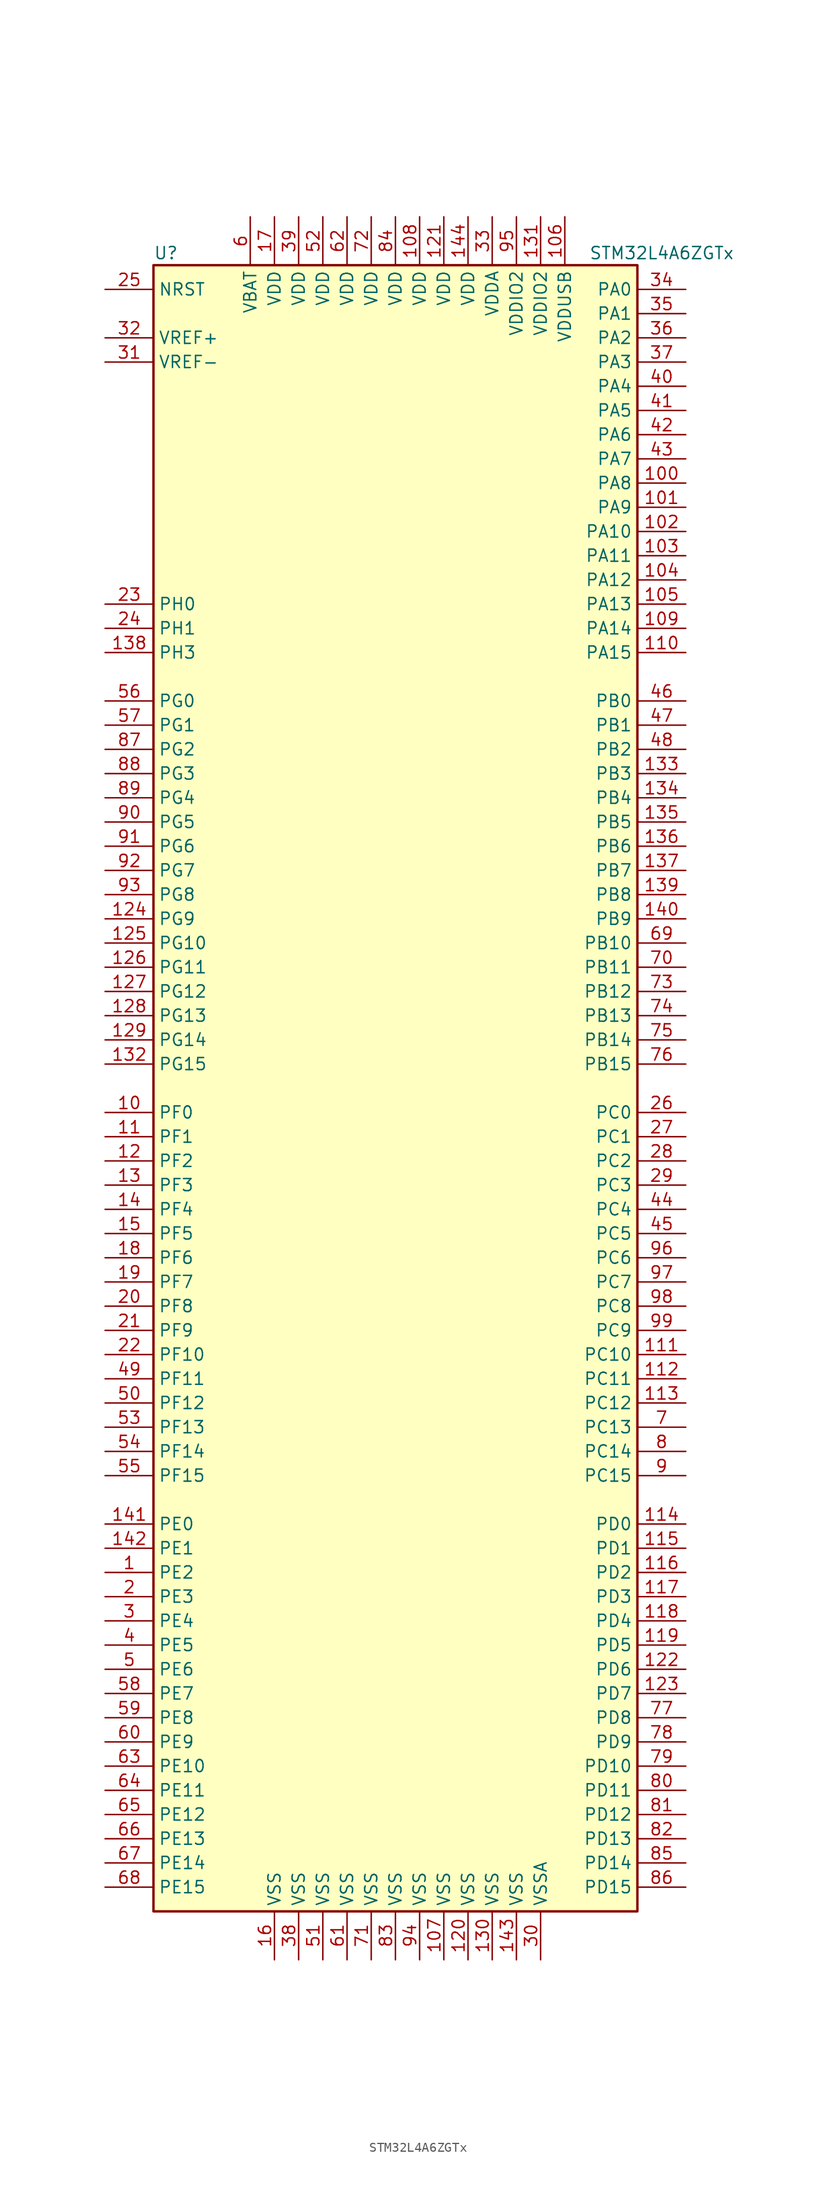
<source format=kicad_sym>
(kicad_symbol_lib
  (version 20201005)
  (generator kicad_symbol_editor)
  (symbol "STM32L4A6ZGTx"
    (property "Reference" "U"
      (at -25.4 87.63 0)
      (effects (font (size 1.27 1.27)) (justify left)))
    (property "Value" "STM32L4A6ZGTx"
      (at 20.32 87.63 0)
      (effects (font (size 1.27 1.27)) (justify left)))
    (symbol "STM32L4A6ZGTx_0_1"
      (rectangle (start -25.4 -86.36) (end 25.4 86.36) (stroke (width 0.254)) (fill (type background))))
    (symbol "STM32L4A6ZGTx_1_1"
      (pin input line (at -30.48 83.82 0) (length 5.08) (name "NRST" (effects (font (size 1.27 1.27)))) (number "25" (effects (font (size 1.27 1.27)))))
      (pin bidirectional line (at 30.48 83.82 180) (length 5.08) (name "PA0" (effects (font (size 1.27 1.27)))) (number "34" (effects (font (size 1.27 1.27)))))
      (pin bidirectional line (at 30.48 81.28 180) (length 5.08) (name "PA1" (effects (font (size 1.27 1.27)))) (number "35" (effects (font (size 1.27 1.27)))))
      (pin bidirectional line (at 30.48 58.42 180) (length 5.08) (name "PA10" (effects (font (size 1.27 1.27)))) (number "102" (effects (font (size 1.27 1.27)))))
      (pin bidirectional line (at 30.48 55.88 180) (length 5.08) (name "PA11" (effects (font (size 1.27 1.27)))) (number "103" (effects (font (size 1.27 1.27)))))
      (pin bidirectional line (at 30.48 53.34 180) (length 5.08) (name "PA12" (effects (font (size 1.27 1.27)))) (number "104" (effects (font (size 1.27 1.27)))))
      (pin bidirectional line (at 30.48 50.8 180) (length 5.08) (name "PA13" (effects (font (size 1.27 1.27)))) (number "105" (effects (font (size 1.27 1.27)))))
      (pin bidirectional line (at 30.48 48.26 180) (length 5.08) (name "PA14" (effects (font (size 1.27 1.27)))) (number "109" (effects (font (size 1.27 1.27)))))
      (pin bidirectional line (at 30.48 45.72 180) (length 5.08) (name "PA15" (effects (font (size 1.27 1.27)))) (number "110" (effects (font (size 1.27 1.27)))))
      (pin bidirectional line (at 30.48 78.74 180) (length 5.08) (name "PA2" (effects (font (size 1.27 1.27)))) (number "36" (effects (font (size 1.27 1.27)))))
      (pin bidirectional line (at 30.48 76.2 180) (length 5.08) (name "PA3" (effects (font (size 1.27 1.27)))) (number "37" (effects (font (size 1.27 1.27)))))
      (pin bidirectional line (at 30.48 73.66 180) (length 5.08) (name "PA4" (effects (font (size 1.27 1.27)))) (number "40" (effects (font (size 1.27 1.27)))))
      (pin bidirectional line (at 30.48 71.12 180) (length 5.08) (name "PA5" (effects (font (size 1.27 1.27)))) (number "41" (effects (font (size 1.27 1.27)))))
      (pin bidirectional line (at 30.48 68.58 180) (length 5.08) (name "PA6" (effects (font (size 1.27 1.27)))) (number "42" (effects (font (size 1.27 1.27)))))
      (pin bidirectional line (at 30.48 66.04 180) (length 5.08) (name "PA7" (effects (font (size 1.27 1.27)))) (number "43" (effects (font (size 1.27 1.27)))))
      (pin bidirectional line (at 30.48 63.5 180) (length 5.08) (name "PA8" (effects (font (size 1.27 1.27)))) (number "100" (effects (font (size 1.27 1.27)))))
      (pin bidirectional line (at 30.48 60.96 180) (length 5.08) (name "PA9" (effects (font (size 1.27 1.27)))) (number "101" (effects (font (size 1.27 1.27)))))
      (pin bidirectional line (at 30.48 40.64 180) (length 5.08) (name "PB0" (effects (font (size 1.27 1.27)))) (number "46" (effects (font (size 1.27 1.27)))))
      (pin bidirectional line (at 30.48 38.1 180) (length 5.08) (name "PB1" (effects (font (size 1.27 1.27)))) (number "47" (effects (font (size 1.27 1.27)))))
      (pin bidirectional line (at 30.48 15.24 180) (length 5.08) (name "PB10" (effects (font (size 1.27 1.27)))) (number "69" (effects (font (size 1.27 1.27)))))
      (pin bidirectional line (at 30.48 12.7 180) (length 5.08) (name "PB11" (effects (font (size 1.27 1.27)))) (number "70" (effects (font (size 1.27 1.27)))))
      (pin bidirectional line (at 30.48 10.16 180) (length 5.08) (name "PB12" (effects (font (size 1.27 1.27)))) (number "73" (effects (font (size 1.27 1.27)))))
      (pin bidirectional line (at 30.48 7.62 180) (length 5.08) (name "PB13" (effects (font (size 1.27 1.27)))) (number "74" (effects (font (size 1.27 1.27)))))
      (pin bidirectional line (at 30.48 5.08 180) (length 5.08) (name "PB14" (effects (font (size 1.27 1.27)))) (number "75" (effects (font (size 1.27 1.27)))))
      (pin bidirectional line (at 30.48 2.54 180) (length 5.08) (name "PB15" (effects (font (size 1.27 1.27)))) (number "76" (effects (font (size 1.27 1.27)))))
      (pin bidirectional line (at 30.48 35.56 180) (length 5.08) (name "PB2" (effects (font (size 1.27 1.27)))) (number "48" (effects (font (size 1.27 1.27)))))
      (pin bidirectional line (at 30.48 33.02 180) (length 5.08) (name "PB3" (effects (font (size 1.27 1.27)))) (number "133" (effects (font (size 1.27 1.27)))))
      (pin bidirectional line (at 30.48 30.48 180) (length 5.08) (name "PB4" (effects (font (size 1.27 1.27)))) (number "134" (effects (font (size 1.27 1.27)))))
      (pin bidirectional line (at 30.48 27.94 180) (length 5.08) (name "PB5" (effects (font (size 1.27 1.27)))) (number "135" (effects (font (size 1.27 1.27)))))
      (pin bidirectional line (at 30.48 25.4 180) (length 5.08) (name "PB6" (effects (font (size 1.27 1.27)))) (number "136" (effects (font (size 1.27 1.27)))))
      (pin bidirectional line (at 30.48 22.86 180) (length 5.08) (name "PB7" (effects (font (size 1.27 1.27)))) (number "137" (effects (font (size 1.27 1.27)))))
      (pin bidirectional line (at 30.48 20.32 180) (length 5.08) (name "PB8" (effects (font (size 1.27 1.27)))) (number "139" (effects (font (size 1.27 1.27)))))
      (pin bidirectional line (at 30.48 17.78 180) (length 5.08) (name "PB9" (effects (font (size 1.27 1.27)))) (number "140" (effects (font (size 1.27 1.27)))))
      (pin bidirectional line (at 30.48 -2.54 180) (length 5.08) (name "PC0" (effects (font (size 1.27 1.27)))) (number "26" (effects (font (size 1.27 1.27)))))
      (pin bidirectional line (at 30.48 -5.08 180) (length 5.08) (name "PC1" (effects (font (size 1.27 1.27)))) (number "27" (effects (font (size 1.27 1.27)))))
      (pin bidirectional line (at 30.48 -27.94 180) (length 5.08) (name "PC10" (effects (font (size 1.27 1.27)))) (number "111" (effects (font (size 1.27 1.27)))))
      (pin bidirectional line (at 30.48 -30.48 180) (length 5.08) (name "PC11" (effects (font (size 1.27 1.27)))) (number "112" (effects (font (size 1.27 1.27)))))
      (pin bidirectional line (at 30.48 -33.02 180) (length 5.08) (name "PC12" (effects (font (size 1.27 1.27)))) (number "113" (effects (font (size 1.27 1.27)))))
      (pin bidirectional line (at 30.48 -35.56 180) (length 5.08) (name "PC13" (effects (font (size 1.27 1.27)))) (number "7" (effects (font (size 1.27 1.27)))))
      (pin bidirectional line (at 30.48 -38.1 180) (length 5.08) (name "PC14" (effects (font (size 1.27 1.27)))) (number "8" (effects (font (size 1.27 1.27)))))
      (pin bidirectional line (at 30.48 -40.64 180) (length 5.08) (name "PC15" (effects (font (size 1.27 1.27)))) (number "9" (effects (font (size 1.27 1.27)))))
      (pin bidirectional line (at 30.48 -7.62 180) (length 5.08) (name "PC2" (effects (font (size 1.27 1.27)))) (number "28" (effects (font (size 1.27 1.27)))))
      (pin bidirectional line (at 30.48 -10.16 180) (length 5.08) (name "PC3" (effects (font (size 1.27 1.27)))) (number "29" (effects (font (size 1.27 1.27)))))
      (pin bidirectional line (at 30.48 -12.7 180) (length 5.08) (name "PC4" (effects (font (size 1.27 1.27)))) (number "44" (effects (font (size 1.27 1.27)))))
      (pin bidirectional line (at 30.48 -15.24 180) (length 5.08) (name "PC5" (effects (font (size 1.27 1.27)))) (number "45" (effects (font (size 1.27 1.27)))))
      (pin bidirectional line (at 30.48 -17.78 180) (length 5.08) (name "PC6" (effects (font (size 1.27 1.27)))) (number "96" (effects (font (size 1.27 1.27)))))
      (pin bidirectional line (at 30.48 -20.32 180) (length 5.08) (name "PC7" (effects (font (size 1.27 1.27)))) (number "97" (effects (font (size 1.27 1.27)))))
      (pin bidirectional line (at 30.48 -22.86 180) (length 5.08) (name "PC8" (effects (font (size 1.27 1.27)))) (number "98" (effects (font (size 1.27 1.27)))))
      (pin bidirectional line (at 30.48 -25.4 180) (length 5.08) (name "PC9" (effects (font (size 1.27 1.27)))) (number "99" (effects (font (size 1.27 1.27)))))
      (pin bidirectional line (at 30.48 -45.72 180) (length 5.08) (name "PD0" (effects (font (size 1.27 1.27)))) (number "114" (effects (font (size 1.27 1.27)))))
      (pin bidirectional line (at 30.48 -48.26 180) (length 5.08) (name "PD1" (effects (font (size 1.27 1.27)))) (number "115" (effects (font (size 1.27 1.27)))))
      (pin bidirectional line (at 30.48 -71.12 180) (length 5.08) (name "PD10" (effects (font (size 1.27 1.27)))) (number "79" (effects (font (size 1.27 1.27)))))
      (pin bidirectional line (at 30.48 -73.66 180) (length 5.08) (name "PD11" (effects (font (size 1.27 1.27)))) (number "80" (effects (font (size 1.27 1.27)))))
      (pin bidirectional line (at 30.48 -76.2 180) (length 5.08) (name "PD12" (effects (font (size 1.27 1.27)))) (number "81" (effects (font (size 1.27 1.27)))))
      (pin bidirectional line (at 30.48 -78.74 180) (length 5.08) (name "PD13" (effects (font (size 1.27 1.27)))) (number "82" (effects (font (size 1.27 1.27)))))
      (pin bidirectional line (at 30.48 -81.28 180) (length 5.08) (name "PD14" (effects (font (size 1.27 1.27)))) (number "85" (effects (font (size 1.27 1.27)))))
      (pin bidirectional line (at 30.48 -83.82 180) (length 5.08) (name "PD15" (effects (font (size 1.27 1.27)))) (number "86" (effects (font (size 1.27 1.27)))))
      (pin bidirectional line (at 30.48 -50.8 180) (length 5.08) (name "PD2" (effects (font (size 1.27 1.27)))) (number "116" (effects (font (size 1.27 1.27)))))
      (pin bidirectional line (at 30.48 -53.34 180) (length 5.08) (name "PD3" (effects (font (size 1.27 1.27)))) (number "117" (effects (font (size 1.27 1.27)))))
      (pin bidirectional line (at 30.48 -55.88 180) (length 5.08) (name "PD4" (effects (font (size 1.27 1.27)))) (number "118" (effects (font (size 1.27 1.27)))))
      (pin bidirectional line (at 30.48 -58.42 180) (length 5.08) (name "PD5" (effects (font (size 1.27 1.27)))) (number "119" (effects (font (size 1.27 1.27)))))
      (pin bidirectional line (at 30.48 -60.96 180) (length 5.08) (name "PD6" (effects (font (size 1.27 1.27)))) (number "122" (effects (font (size 1.27 1.27)))))
      (pin bidirectional line (at 30.48 -63.5 180) (length 5.08) (name "PD7" (effects (font (size 1.27 1.27)))) (number "123" (effects (font (size 1.27 1.27)))))
      (pin bidirectional line (at 30.48 -66.04 180) (length 5.08) (name "PD8" (effects (font (size 1.27 1.27)))) (number "77" (effects (font (size 1.27 1.27)))))
      (pin bidirectional line (at 30.48 -68.58 180) (length 5.08) (name "PD9" (effects (font (size 1.27 1.27)))) (number "78" (effects (font (size 1.27 1.27)))))
      (pin bidirectional line (at -30.48 -45.72 0) (length 5.08) (name "PE0" (effects (font (size 1.27 1.27)))) (number "141" (effects (font (size 1.27 1.27)))))
      (pin bidirectional line (at -30.48 -48.26 0) (length 5.08) (name "PE1" (effects (font (size 1.27 1.27)))) (number "142" (effects (font (size 1.27 1.27)))))
      (pin bidirectional line (at -30.48 -71.12 0) (length 5.08) (name "PE10" (effects (font (size 1.27 1.27)))) (number "63" (effects (font (size 1.27 1.27)))))
      (pin bidirectional line (at -30.48 -73.66 0) (length 5.08) (name "PE11" (effects (font (size 1.27 1.27)))) (number "64" (effects (font (size 1.27 1.27)))))
      (pin bidirectional line (at -30.48 -76.2 0) (length 5.08) (name "PE12" (effects (font (size 1.27 1.27)))) (number "65" (effects (font (size 1.27 1.27)))))
      (pin bidirectional line (at -30.48 -78.74 0) (length 5.08) (name "PE13" (effects (font (size 1.27 1.27)))) (number "66" (effects (font (size 1.27 1.27)))))
      (pin bidirectional line (at -30.48 -81.28 0) (length 5.08) (name "PE14" (effects (font (size 1.27 1.27)))) (number "67" (effects (font (size 1.27 1.27)))))
      (pin bidirectional line (at -30.48 -83.82 0) (length 5.08) (name "PE15" (effects (font (size 1.27 1.27)))) (number "68" (effects (font (size 1.27 1.27)))))
      (pin bidirectional line (at -30.48 -50.8 0) (length 5.08) (name "PE2" (effects (font (size 1.27 1.27)))) (number "1" (effects (font (size 1.27 1.27)))))
      (pin bidirectional line (at -30.48 -53.34 0) (length 5.08) (name "PE3" (effects (font (size 1.27 1.27)))) (number "2" (effects (font (size 1.27 1.27)))))
      (pin bidirectional line (at -30.48 -55.88 0) (length 5.08) (name "PE4" (effects (font (size 1.27 1.27)))) (number "3" (effects (font (size 1.27 1.27)))))
      (pin bidirectional line (at -30.48 -58.42 0) (length 5.08) (name "PE5" (effects (font (size 1.27 1.27)))) (number "4" (effects (font (size 1.27 1.27)))))
      (pin bidirectional line (at -30.48 -60.96 0) (length 5.08) (name "PE6" (effects (font (size 1.27 1.27)))) (number "5" (effects (font (size 1.27 1.27)))))
      (pin bidirectional line (at -30.48 -63.5 0) (length 5.08) (name "PE7" (effects (font (size 1.27 1.27)))) (number "58" (effects (font (size 1.27 1.27)))))
      (pin bidirectional line (at -30.48 -66.04 0) (length 5.08) (name "PE8" (effects (font (size 1.27 1.27)))) (number "59" (effects (font (size 1.27 1.27)))))
      (pin bidirectional line (at -30.48 -68.58 0) (length 5.08) (name "PE9" (effects (font (size 1.27 1.27)))) (number "60" (effects (font (size 1.27 1.27)))))
      (pin bidirectional line (at -30.48 -2.54 0) (length 5.08) (name "PF0" (effects (font (size 1.27 1.27)))) (number "10" (effects (font (size 1.27 1.27)))))
      (pin bidirectional line (at -30.48 -5.08 0) (length 5.08) (name "PF1" (effects (font (size 1.27 1.27)))) (number "11" (effects (font (size 1.27 1.27)))))
      (pin bidirectional line (at -30.48 -27.94 0) (length 5.08) (name "PF10" (effects (font (size 1.27 1.27)))) (number "22" (effects (font (size 1.27 1.27)))))
      (pin bidirectional line (at -30.48 -30.48 0) (length 5.08) (name "PF11" (effects (font (size 1.27 1.27)))) (number "49" (effects (font (size 1.27 1.27)))))
      (pin bidirectional line (at -30.48 -33.02 0) (length 5.08) (name "PF12" (effects (font (size 1.27 1.27)))) (number "50" (effects (font (size 1.27 1.27)))))
      (pin bidirectional line (at -30.48 -35.56 0) (length 5.08) (name "PF13" (effects (font (size 1.27 1.27)))) (number "53" (effects (font (size 1.27 1.27)))))
      (pin bidirectional line (at -30.48 -38.1 0) (length 5.08) (name "PF14" (effects (font (size 1.27 1.27)))) (number "54" (effects (font (size 1.27 1.27)))))
      (pin bidirectional line (at -30.48 -40.64 0) (length 5.08) (name "PF15" (effects (font (size 1.27 1.27)))) (number "55" (effects (font (size 1.27 1.27)))))
      (pin bidirectional line (at -30.48 -7.62 0) (length 5.08) (name "PF2" (effects (font (size 1.27 1.27)))) (number "12" (effects (font (size 1.27 1.27)))))
      (pin bidirectional line (at -30.48 -10.16 0) (length 5.08) (name "PF3" (effects (font (size 1.27 1.27)))) (number "13" (effects (font (size 1.27 1.27)))))
      (pin bidirectional line (at -30.48 -12.7 0) (length 5.08) (name "PF4" (effects (font (size 1.27 1.27)))) (number "14" (effects (font (size 1.27 1.27)))))
      (pin bidirectional line (at -30.48 -15.24 0) (length 5.08) (name "PF5" (effects (font (size 1.27 1.27)))) (number "15" (effects (font (size 1.27 1.27)))))
      (pin bidirectional line (at -30.48 -17.78 0) (length 5.08) (name "PF6" (effects (font (size 1.27 1.27)))) (number "18" (effects (font (size 1.27 1.27)))))
      (pin bidirectional line (at -30.48 -20.32 0) (length 5.08) (name "PF7" (effects (font (size 1.27 1.27)))) (number "19" (effects (font (size 1.27 1.27)))))
      (pin bidirectional line (at -30.48 -22.86 0) (length 5.08) (name "PF8" (effects (font (size 1.27 1.27)))) (number "20" (effects (font (size 1.27 1.27)))))
      (pin bidirectional line (at -30.48 -25.4 0) (length 5.08) (name "PF9" (effects (font (size 1.27 1.27)))) (number "21" (effects (font (size 1.27 1.27)))))
      (pin bidirectional line (at -30.48 40.64 0) (length 5.08) (name "PG0" (effects (font (size 1.27 1.27)))) (number "56" (effects (font (size 1.27 1.27)))))
      (pin bidirectional line (at -30.48 38.1 0) (length 5.08) (name "PG1" (effects (font (size 1.27 1.27)))) (number "57" (effects (font (size 1.27 1.27)))))
      (pin bidirectional line (at -30.48 15.24 0) (length 5.08) (name "PG10" (effects (font (size 1.27 1.27)))) (number "125" (effects (font (size 1.27 1.27)))))
      (pin bidirectional line (at -30.48 12.7 0) (length 5.08) (name "PG11" (effects (font (size 1.27 1.27)))) (number "126" (effects (font (size 1.27 1.27)))))
      (pin bidirectional line (at -30.48 10.16 0) (length 5.08) (name "PG12" (effects (font (size 1.27 1.27)))) (number "127" (effects (font (size 1.27 1.27)))))
      (pin bidirectional line (at -30.48 7.62 0) (length 5.08) (name "PG13" (effects (font (size 1.27 1.27)))) (number "128" (effects (font (size 1.27 1.27)))))
      (pin bidirectional line (at -30.48 5.08 0) (length 5.08) (name "PG14" (effects (font (size 1.27 1.27)))) (number "129" (effects (font (size 1.27 1.27)))))
      (pin bidirectional line (at -30.48 2.54 0) (length 5.08) (name "PG15" (effects (font (size 1.27 1.27)))) (number "132" (effects (font (size 1.27 1.27)))))
      (pin bidirectional line (at -30.48 35.56 0) (length 5.08) (name "PG2" (effects (font (size 1.27 1.27)))) (number "87" (effects (font (size 1.27 1.27)))))
      (pin bidirectional line (at -30.48 33.02 0) (length 5.08) (name "PG3" (effects (font (size 1.27 1.27)))) (number "88" (effects (font (size 1.27 1.27)))))
      (pin bidirectional line (at -30.48 30.48 0) (length 5.08) (name "PG4" (effects (font (size 1.27 1.27)))) (number "89" (effects (font (size 1.27 1.27)))))
      (pin bidirectional line (at -30.48 27.94 0) (length 5.08) (name "PG5" (effects (font (size 1.27 1.27)))) (number "90" (effects (font (size 1.27 1.27)))))
      (pin bidirectional line (at -30.48 25.4 0) (length 5.08) (name "PG6" (effects (font (size 1.27 1.27)))) (number "91" (effects (font (size 1.27 1.27)))))
      (pin bidirectional line (at -30.48 22.86 0) (length 5.08) (name "PG7" (effects (font (size 1.27 1.27)))) (number "92" (effects (font (size 1.27 1.27)))))
      (pin bidirectional line (at -30.48 20.32 0) (length 5.08) (name "PG8" (effects (font (size 1.27 1.27)))) (number "93" (effects (font (size 1.27 1.27)))))
      (pin bidirectional line (at -30.48 17.78 0) (length 5.08) (name "PG9" (effects (font (size 1.27 1.27)))) (number "124" (effects (font (size 1.27 1.27)))))
      (pin input line (at -30.48 50.8 0) (length 5.08) (name "PH0" (effects (font (size 1.27 1.27)))) (number "23" (effects (font (size 1.27 1.27)))))
      (pin input line (at -30.48 48.26 0) (length 5.08) (name "PH1" (effects (font (size 1.27 1.27)))) (number "24" (effects (font (size 1.27 1.27)))))
      (pin bidirectional line (at -30.48 45.72 0) (length 5.08) (name "PH3" (effects (font (size 1.27 1.27)))) (number "138" (effects (font (size 1.27 1.27)))))
      (pin power_in line (at -15.24 91.44 270) (length 5.08) (name "VBAT" (effects (font (size 1.27 1.27)))) (number "6" (effects (font (size 1.27 1.27)))))
      (pin power_in line (at 2.54 91.44 270) (length 5.08) (name "VDD" (effects (font (size 1.27 1.27)))) (number "108" (effects (font (size 1.27 1.27)))))
      (pin power_in line (at 5.08 91.44 270) (length 5.08) (name "VDD" (effects (font (size 1.27 1.27)))) (number "121" (effects (font (size 1.27 1.27)))))
      (pin power_in line (at 7.62 91.44 270) (length 5.08) (name "VDD" (effects (font (size 1.27 1.27)))) (number "144" (effects (font (size 1.27 1.27)))))
      (pin power_in line (at -12.7 91.44 270) (length 5.08) (name "VDD" (effects (font (size 1.27 1.27)))) (number "17" (effects (font (size 1.27 1.27)))))
      (pin power_in line (at -10.16 91.44 270) (length 5.08) (name "VDD" (effects (font (size 1.27 1.27)))) (number "39" (effects (font (size 1.27 1.27)))))
      (pin power_in line (at -7.62 91.44 270) (length 5.08) (name "VDD" (effects (font (size 1.27 1.27)))) (number "52" (effects (font (size 1.27 1.27)))))
      (pin power_in line (at -5.08 91.44 270) (length 5.08) (name "VDD" (effects (font (size 1.27 1.27)))) (number "62" (effects (font (size 1.27 1.27)))))
      (pin power_in line (at -2.54 91.44 270) (length 5.08) (name "VDD" (effects (font (size 1.27 1.27)))) (number "72" (effects (font (size 1.27 1.27)))))
      (pin power_in line (at 0 91.44 270) (length 5.08) (name "VDD" (effects (font (size 1.27 1.27)))) (number "84" (effects (font (size 1.27 1.27)))))
      (pin power_in line (at 10.16 91.44 270) (length 5.08) (name "VDDA" (effects (font (size 1.27 1.27)))) (number "33" (effects (font (size 1.27 1.27)))))
      (pin power_in line (at 15.24 91.44 270) (length 5.08) (name "VDDIO2" (effects (font (size 1.27 1.27)))) (number "131" (effects (font (size 1.27 1.27)))))
      (pin power_in line (at 12.7 91.44 270) (length 5.08) (name "VDDIO2" (effects (font (size 1.27 1.27)))) (number "95" (effects (font (size 1.27 1.27)))))
      (pin power_in line (at 17.78 91.44 270) (length 5.08) (name "VDDUSB" (effects (font (size 1.27 1.27)))) (number "106" (effects (font (size 1.27 1.27)))))
      (pin bidirectional line (at -30.48 78.74 0) (length 5.08) (name "VREF+" (effects (font (size 1.27 1.27)))) (number "32" (effects (font (size 1.27 1.27)))))
      (pin power_in line (at -30.48 76.2 0) (length 5.08) (name "VREF-" (effects (font (size 1.27 1.27)))) (number "31" (effects (font (size 1.27 1.27)))))
      (pin power_in line (at 5.08 -91.44 90) (length 5.08) (name "VSS" (effects (font (size 1.27 1.27)))) (number "107" (effects (font (size 1.27 1.27)))))
      (pin power_in line (at 7.62 -91.44 90) (length 5.08) (name "VSS" (effects (font (size 1.27 1.27)))) (number "120" (effects (font (size 1.27 1.27)))))
      (pin power_in line (at 10.16 -91.44 90) (length 5.08) (name "VSS" (effects (font (size 1.27 1.27)))) (number "130" (effects (font (size 1.27 1.27)))))
      (pin power_in line (at 12.7 -91.44 90) (length 5.08) (name "VSS" (effects (font (size 1.27 1.27)))) (number "143" (effects (font (size 1.27 1.27)))))
      (pin power_in line (at -12.7 -91.44 90) (length 5.08) (name "VSS" (effects (font (size 1.27 1.27)))) (number "16" (effects (font (size 1.27 1.27)))))
      (pin power_in line (at -10.16 -91.44 90) (length 5.08) (name "VSS" (effects (font (size 1.27 1.27)))) (number "38" (effects (font (size 1.27 1.27)))))
      (pin power_in line (at -7.62 -91.44 90) (length 5.08) (name "VSS" (effects (font (size 1.27 1.27)))) (number "51" (effects (font (size 1.27 1.27)))))
      (pin power_in line (at -5.08 -91.44 90) (length 5.08) (name "VSS" (effects (font (size 1.27 1.27)))) (number "61" (effects (font (size 1.27 1.27)))))
      (pin power_in line (at -2.54 -91.44 90) (length 5.08) (name "VSS" (effects (font (size 1.27 1.27)))) (number "71" (effects (font (size 1.27 1.27)))))
      (pin power_in line (at 0 -91.44 90) (length 5.08) (name "VSS" (effects (font (size 1.27 1.27)))) (number "83" (effects (font (size 1.27 1.27)))))
      (pin power_in line (at 2.54 -91.44 90) (length 5.08) (name "VSS" (effects (font (size 1.27 1.27)))) (number "94" (effects (font (size 1.27 1.27)))))
      (pin power_in line (at 15.24 -91.44 90) (length 5.08) (name "VSSA" (effects (font (size 1.27 1.27)))) (number "30" (effects (font (size 1.27 1.27))))))))
</source>
